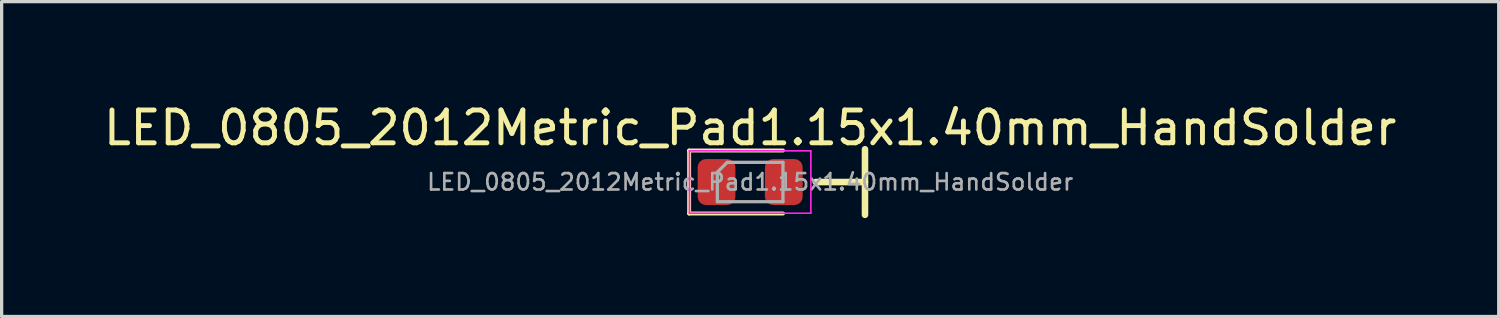
<source format=kicad_pcb>
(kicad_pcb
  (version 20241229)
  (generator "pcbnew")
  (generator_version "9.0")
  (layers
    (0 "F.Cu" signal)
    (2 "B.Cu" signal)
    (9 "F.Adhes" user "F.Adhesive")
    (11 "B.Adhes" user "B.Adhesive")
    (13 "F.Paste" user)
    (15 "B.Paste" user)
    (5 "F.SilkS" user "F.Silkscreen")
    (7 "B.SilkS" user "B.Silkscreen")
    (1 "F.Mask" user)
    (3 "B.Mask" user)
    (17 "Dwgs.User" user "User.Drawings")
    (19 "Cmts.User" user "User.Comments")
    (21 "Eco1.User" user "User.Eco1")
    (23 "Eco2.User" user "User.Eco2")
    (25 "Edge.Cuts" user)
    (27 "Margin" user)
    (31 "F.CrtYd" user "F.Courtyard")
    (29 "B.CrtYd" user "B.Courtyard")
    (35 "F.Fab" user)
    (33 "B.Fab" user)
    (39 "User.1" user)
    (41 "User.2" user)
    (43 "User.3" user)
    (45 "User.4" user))
  (footprint "LED_0805_2012Metric_Pad1.15x1.40mm_HandSolder"
    (layer "F.Cu")
    (at 19.815 2.498)
    (property "Reference" "LED_0805_2012Metric_Pad1.15x1.40mm_HandSolder" (at 0 -1.65 0) (layer "F.SilkS") (effects (font (size 1 1) (thickness 0.15))))
    (attr smd)
    (fp_line (start -1.86 -0.96) (end -1.86 0.96) (stroke (width 0.12) (type solid)) (layer "F.SilkS"))
    (fp_line (start -1.86 0.96) (end 1 0.96) (stroke (width 0.12) (type solid)) (layer "F.SilkS"))
    (fp_line (start 1 -0.96) (end -1.86 -0.96) (stroke (width 0.12) (type solid)) (layer "F.SilkS"))
    (fp_line (start 2 0) (end 3.5 0) (stroke (width 0.2) (type solid)) (layer "F.SilkS"))
    (fp_line (start 3.5 -1) (end 3.5 1) (stroke (width 0.2) (type solid)) (layer "F.SilkS"))
    (fp_line (start -1.85 -0.95) (end 1.85 -0.95) (stroke (width 0.05) (type solid)) (layer "F.CrtYd"))
    (fp_line (start -1.85 0.95) (end -1.85 -0.95) (stroke (width 0.05) (type solid)) (layer "F.CrtYd"))
    (fp_line (start 1.85 -0.95) (end 1.85 0.95) (stroke (width 0.05) (type solid)) (layer "F.CrtYd"))
    (fp_line (start 1.85 0.95) (end -1.85 0.95) (stroke (width 0.05) (type solid)) (layer "F.CrtYd"))
    (fp_line (start -1 -0.3) (end -1 0.6) (stroke (width 0.1) (type solid)) (layer "F.Fab"))
    (fp_line (start -1 0.6) (end 1 0.6) (stroke (width 0.1) (type solid)) (layer "F.Fab"))
    (fp_line (start -0.7 -0.6) (end -1 -0.3) (stroke (width 0.1) (type solid)) (layer "F.Fab"))
    (fp_line (start 1 -0.6) (end -0.7 -0.6) (stroke (width 0.1) (type solid)) (layer "F.Fab"))
    (fp_line (start 1 0.6) (end 1 -0.6) (stroke (width 0.1) (type solid)) (layer "F.Fab"))
    (fp_text user "${REFERENCE}" (at 0 0 0) (layer "F.Fab") (effects (font (size 0.5 0.5) (thickness 0.08))))
    (pad "1" smd roundrect (at -1.025 0) (size 1.15 1.4) (layers "F.Cu" "F.Mask" "F.Paste") (roundrect_rratio 0.217))
    (pad "2" smd roundrect (at 1.025 0) (size 1.15 1.4) (layers "F.Cu" "F.Mask" "F.Paste") (roundrect_rratio 0.217)))
  (gr_rect
    (start -3 -3)
    (end 42.631 6.598)
    (stroke (width 0.1) (type default))
    (fill no)
    (layer "Edge.Cuts")))
</source>
